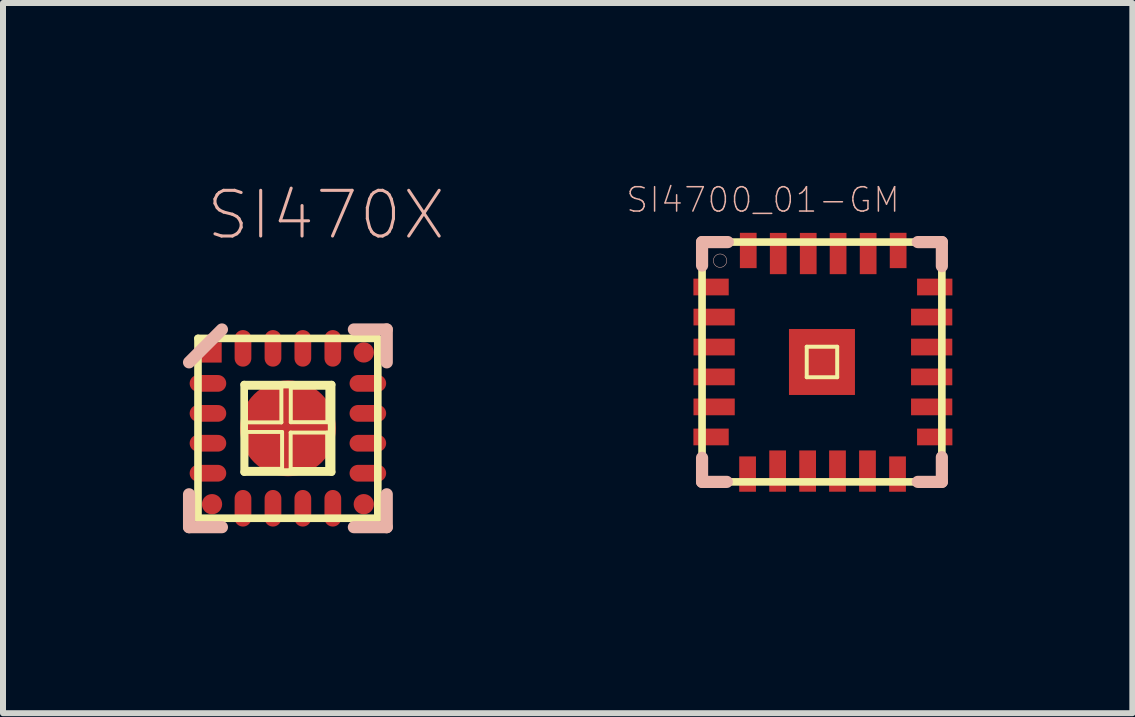
<source format=kicad_pcb>
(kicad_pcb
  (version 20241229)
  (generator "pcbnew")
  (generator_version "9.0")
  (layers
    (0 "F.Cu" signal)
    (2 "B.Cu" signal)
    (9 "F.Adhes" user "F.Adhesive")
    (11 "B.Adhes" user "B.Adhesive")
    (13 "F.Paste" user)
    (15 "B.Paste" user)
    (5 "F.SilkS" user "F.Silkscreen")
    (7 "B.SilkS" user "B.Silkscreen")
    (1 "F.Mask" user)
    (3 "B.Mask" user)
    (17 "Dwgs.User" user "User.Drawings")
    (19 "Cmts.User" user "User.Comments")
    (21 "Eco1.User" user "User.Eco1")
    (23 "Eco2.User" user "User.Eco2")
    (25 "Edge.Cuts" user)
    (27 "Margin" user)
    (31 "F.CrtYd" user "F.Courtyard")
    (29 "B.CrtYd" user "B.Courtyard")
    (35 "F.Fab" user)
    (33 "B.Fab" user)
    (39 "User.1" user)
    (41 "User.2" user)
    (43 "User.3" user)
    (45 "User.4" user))
  (footprint "SI470X"
    (layer "F.Cu")
    (at 1.75 4.091)
    (property "Reference" "SI470X" (at 0.635 -3.556 0) (layer "B.SilkS") (effects (font (size 0.762 0.762) (thickness 0.051))))
    (attr smd)
    (fp_line (start -1.499 -1.499) (end 1.499 -1.499) (stroke (width 0.127) (type solid)) (layer "F.SilkS"))
    (fp_line (start -1.499 1.499) (end -1.499 -1.499) (stroke (width 0.127) (type solid)) (layer "F.SilkS"))
    (fp_line (start -0.729 -0.729) (end 0.729 -0.729) (stroke (width 0.127) (type solid)) (layer "F.SilkS"))
    (fp_line (start -0.729 0.729) (end -0.729 -0.729) (stroke (width 0.127) (type solid)) (layer "F.SilkS"))
    (fp_line (start -0.699 -0.676) (end -0.109 -0.676) (stroke (width 0.066) (type solid)) (layer "F.SilkS"))
    (fp_line (start -0.699 -0.099) (end -0.699 -0.676) (stroke (width 0.066) (type solid)) (layer "F.SilkS"))
    (fp_line (start -0.699 -0.099) (end -0.109 -0.099) (stroke (width 0.066) (type solid)) (layer "F.SilkS"))
    (fp_line (start -0.691 0.061) (end -0.097 0.061) (stroke (width 0.066) (type solid)) (layer "F.SilkS"))
    (fp_line (start -0.691 0.676) (end -0.691 0.061) (stroke (width 0.066) (type solid)) (layer "F.SilkS"))
    (fp_line (start -0.691 0.676) (end -0.097 0.676) (stroke (width 0.066) (type solid)) (layer "F.SilkS"))
    (fp_line (start -0.109 -0.099) (end -0.109 -0.676) (stroke (width 0.066) (type solid)) (layer "F.SilkS"))
    (fp_line (start -0.097 0.676) (end -0.097 0.061) (stroke (width 0.066) (type solid)) (layer "F.SilkS"))
    (fp_line (start 0.046 0.071) (end 0.655 0.071) (stroke (width 0.066) (type solid)) (layer "F.SilkS"))
    (fp_line (start 0.046 0.678) (end 0.046 0.071) (stroke (width 0.066) (type solid)) (layer "F.SilkS"))
    (fp_line (start 0.046 0.678) (end 0.655 0.678) (stroke (width 0.066) (type solid)) (layer "F.SilkS"))
    (fp_line (start 0.048 -0.676) (end 0.658 -0.676) (stroke (width 0.066) (type solid)) (layer "F.SilkS"))
    (fp_line (start 0.048 -0.102) (end 0.048 -0.676) (stroke (width 0.066) (type solid)) (layer "F.SilkS"))
    (fp_line (start 0.048 -0.102) (end 0.658 -0.102) (stroke (width 0.066) (type solid)) (layer "F.SilkS"))
    (fp_line (start 0.655 0.678) (end 0.655 0.071) (stroke (width 0.066) (type solid)) (layer "F.SilkS"))
    (fp_line (start 0.658 -0.102) (end 0.658 -0.676) (stroke (width 0.066) (type solid)) (layer "F.SilkS"))
    (fp_line (start 0.729 -0.729) (end 0.729 0.729) (stroke (width 0.127) (type solid)) (layer "F.SilkS"))
    (fp_line (start 0.729 0.729) (end -0.729 0.729) (stroke (width 0.127) (type solid)) (layer "F.SilkS"))
    (fp_line (start 1.499 -1.499) (end 1.499 1.499) (stroke (width 0.127) (type solid)) (layer "F.SilkS"))
    (fp_line (start 1.499 1.499) (end -1.499 1.499) (stroke (width 0.127) (type solid)) (layer "F.SilkS"))
    (fp_line (start -1.648 1.648) (end -1.648 1.1) (stroke (width 0.203) (type solid)) (layer "B.SilkS"))
    (fp_line (start -1.1 -1.648) (end -1.648 -1.1) (stroke (width 0.203) (type solid)) (layer "B.SilkS"))
    (fp_line (start -1.1 1.648) (end -1.648 1.648) (stroke (width 0.203) (type solid)) (layer "B.SilkS"))
    (fp_line (start 1.1 -1.648) (end 1.648 -1.648) (stroke (width 0.203) (type solid)) (layer "B.SilkS"))
    (fp_line (start 1.648 -1.648) (end 1.648 -1.1) (stroke (width 0.203) (type solid)) (layer "B.SilkS"))
    (fp_line (start 1.648 1.1) (end 1.648 1.648) (stroke (width 0.203) (type solid)) (layer "B.SilkS"))
    (fp_line (start 1.648 1.648) (end 1.1 1.648) (stroke (width 0.203) (type solid)) (layer "B.SilkS"))
    (pad "1" smd rect (at -1.273 -1.265) (size 0.338 0.338) (layers "F.Cu" "F.Mask" "F.Paste"))
    (pad "2" smd oval (at -1.333 -0.749 270) (size 0.279 0.61) (layers "F.Cu" "F.Mask" "F.Paste"))
    (pad "3" smd oval (at -1.333 -0.249 270) (size 0.279 0.61) (layers "F.Cu" "F.Mask" "F.Paste"))
    (pad "4" smd oval (at -1.333 0.249 270) (size 0.279 0.61) (layers "F.Cu" "F.Mask" "F.Paste"))
    (pad "5" smd oval (at -1.333 0.749 270) (size 0.279 0.61) (layers "F.Cu" "F.Mask" "F.Paste"))
    (pad "6" smd oval (at -1.265 1.265) (size 0.338 0.338) (layers "F.Cu" "F.Mask" "F.Paste"))
    (pad "7" smd oval (at -0.749 1.333 180) (size 0.279 0.61) (layers "F.Cu" "F.Mask" "F.Paste"))
    (pad "8" smd oval (at -0.249 1.333 180) (size 0.279 0.61) (layers "F.Cu" "F.Mask" "F.Paste"))
    (pad "9" smd oval (at 0.249 1.333 180) (size 0.279 0.61) (layers "F.Cu" "F.Mask" "F.Paste"))
    (pad "10" smd oval (at 0.749 1.333 180) (size 0.279 0.61) (layers "F.Cu" "F.Mask" "F.Paste"))
    (pad "11" smd oval (at 1.265 1.265) (size 0.338 0.338) (layers "F.Cu" "F.Mask" "F.Paste"))
    (pad "12" smd oval (at 1.333 0.749 90) (size 0.279 0.61) (layers "F.Cu" "F.Mask" "F.Paste"))
    (pad "13" smd oval (at 1.333 0.249 90) (size 0.279 0.61) (layers "F.Cu" "F.Mask" "F.Paste"))
    (pad "14" smd oval (at 1.333 -0.249 90) (size 0.279 0.61) (layers "F.Cu" "F.Mask" "F.Paste"))
    (pad "15" smd oval (at 1.333 -0.749 90) (size 0.279 0.61) (layers "F.Cu" "F.Mask" "F.Paste"))
    (pad "16" smd oval (at 1.265 -1.265) (size 0.338 0.338) (layers "F.Cu" "F.Mask" "F.Paste"))
    (pad "17" smd oval (at 0.749 -1.333) (size 0.279 0.61) (layers "F.Cu" "F.Mask" "F.Paste"))
    (pad "18" smd oval (at 0.249 -1.333) (size 0.279 0.61) (layers "F.Cu" "F.Mask" "F.Paste"))
    (pad "19" smd oval (at -0.249 -1.333) (size 0.279 0.61) (layers "F.Cu" "F.Mask" "F.Paste"))
    (pad "20" smd oval (at -0.749 -1.333) (size 0.279 0.61) (layers "F.Cu" "F.Mask" "F.Paste"))
    (pad "21" smd oval (at 0 0) (size 1.598 1.598) (layers "F.Cu" "F.Mask" "F.Paste")))
  (footprint "SI4700_01-GM"
    (layer "F.Cu")
    (at 10.654 2.985)
    (property "Reference" "SI4700_01-GM" (at -0.983 -2.703 0) (layer "B.SilkS") (effects (font (size 0.406 0.406) (thickness 0.025))))
    (attr smd)
    (fp_line (start -1.999 -1.999) (end -1.999 1.999) (stroke (width 0.127) (type solid)) (layer "F.SilkS"))
    (fp_line (start -1.999 1.999) (end 1.999 1.999) (stroke (width 0.127) (type solid)) (layer "F.SilkS"))
    (fp_line (start -0.254 -0.254) (end 0.254 -0.254) (stroke (width 0.066) (type solid)) (layer "F.SilkS"))
    (fp_line (start -0.254 0.254) (end -0.254 -0.254) (stroke (width 0.066) (type solid)) (layer "F.SilkS"))
    (fp_line (start -0.254 0.254) (end 0.254 0.254) (stroke (width 0.066) (type solid)) (layer "F.SilkS"))
    (fp_line (start 0.254 0.254) (end 0.254 -0.254) (stroke (width 0.066) (type solid)) (layer "F.SilkS"))
    (fp_line (start 1.999 -1.999) (end -1.999 -1.999) (stroke (width 0.127) (type solid)) (layer "F.SilkS"))
    (fp_line (start 1.999 1.999) (end 1.999 -1.999) (stroke (width 0.127) (type solid)) (layer "F.SilkS"))
    (fp_line (start -1.999 -1.999) (end -1.999 -1.608) (stroke (width 0.203) (type solid)) (layer "B.SilkS"))
    (fp_line (start -1.999 1.999) (end -1.999 1.598) (stroke (width 0.203) (type solid)) (layer "B.SilkS"))
    (fp_line (start -1.587 1.999) (end -1.999 1.999) (stroke (width 0.203) (type solid)) (layer "B.SilkS"))
    (fp_line (start -1.57 -1.999) (end -1.999 -1.999) (stroke (width 0.203) (type solid)) (layer "B.SilkS"))
    (fp_line (start 1.598 -1.999) (end 1.999 -1.999) (stroke (width 0.203) (type solid)) (layer "B.SilkS"))
    (fp_line (start 1.999 -1.999) (end 1.999 -1.598) (stroke (width 0.203) (type solid)) (layer "B.SilkS"))
    (fp_line (start 1.999 1.587) (end 1.999 1.999) (stroke (width 0.203) (type solid)) (layer "B.SilkS"))
    (fp_line (start 1.999 1.999) (end 1.598 1.999) (stroke (width 0.203) (type solid)) (layer "B.SilkS"))
    (fp_circle (center -1.699 -1.689) (end -1.778 -1.768) (stroke (width 0.008) (type solid)) (fill no) (layer "B.SilkS"))
    (pad "0" smd rect (at 0 0) (size 1.1 1.1) (layers "F.Cu" "F.Mask" "F.Paste"))
    (pad "1" smd rect (at -1.849 -1.25) (size 0.589 0.279) (layers "F.Cu" "F.Mask" "F.Paste"))
    (pad "2" smd rect (at -1.798 -0.749) (size 0.688 0.279) (layers "F.Cu" "F.Mask" "F.Paste"))
    (pad "3" smd rect (at -1.798 -0.249) (size 0.688 0.279) (layers "F.Cu" "F.Mask" "F.Paste"))
    (pad "4" smd rect (at -1.798 0.249) (size 0.688 0.279) (layers "F.Cu" "F.Mask" "F.Paste"))
    (pad "5" smd rect (at -1.798 0.749) (size 0.688 0.279) (layers "F.Cu" "F.Mask" "F.Paste"))
    (pad "6" smd rect (at -1.849 1.25) (size 0.589 0.279) (layers "F.Cu" "F.Mask" "F.Paste"))
    (pad "7" smd rect (at -1.24 1.869 270) (size 0.589 0.279) (layers "F.Cu" "F.Mask" "F.Paste"))
    (pad "8" smd rect (at -0.739 1.819 270) (size 0.688 0.279) (layers "F.Cu" "F.Mask" "F.Paste"))
    (pad "9" smd rect (at -0.239 1.819 270) (size 0.688 0.279) (layers "F.Cu" "F.Mask" "F.Paste"))
    (pad "10" smd rect (at 0.259 1.819 270) (size 0.688 0.279) (layers "F.Cu" "F.Mask" "F.Paste"))
    (pad "11" smd rect (at 0.759 1.819 270) (size 0.688 0.279) (layers "F.Cu" "F.Mask" "F.Paste"))
    (pad "12" smd rect (at 1.26 1.869 270) (size 0.589 0.279) (layers "F.Cu" "F.Mask" "F.Paste"))
    (pad "13" smd rect (at 1.88 1.25 180) (size 0.589 0.279) (layers "F.Cu" "F.Mask" "F.Paste"))
    (pad "14" smd rect (at 1.829 0.749 180) (size 0.688 0.279) (layers "F.Cu" "F.Mask" "F.Paste"))
    (pad "15" smd rect (at 1.829 0.249 180) (size 0.688 0.279) (layers "F.Cu" "F.Mask" "F.Paste"))
    (pad "16" smd rect (at 1.829 -0.249 180) (size 0.688 0.279) (layers "F.Cu" "F.Mask" "F.Paste"))
    (pad "17" smd rect (at 1.829 -0.749 180) (size 0.688 0.279) (layers "F.Cu" "F.Mask" "F.Paste"))
    (pad "18" smd rect (at 1.88 -1.25 180) (size 0.589 0.279) (layers "F.Cu" "F.Mask" "F.Paste"))
    (pad "19" smd rect (at 1.27 -1.859 90) (size 0.589 0.279) (layers "F.Cu" "F.Mask" "F.Paste"))
    (pad "20" smd rect (at 0.77 -1.808 90) (size 0.688 0.279) (layers "F.Cu" "F.Mask" "F.Paste"))
    (pad "21" smd rect (at 0.269 -1.808 90) (size 0.688 0.279) (layers "F.Cu" "F.Mask" "F.Paste"))
    (pad "22" smd rect (at -0.229 -1.808 90) (size 0.688 0.279) (layers "F.Cu" "F.Mask" "F.Paste"))
    (pad "23" smd rect (at -0.729 -1.808 90) (size 0.688 0.279) (layers "F.Cu" "F.Mask" "F.Paste"))
    (pad "24" smd rect (at -1.229 -1.859 90) (size 0.589 0.279) (layers "F.Cu" "F.Mask" "F.Paste")))
  (gr_rect
    (start -3 -3)
    (end 15.829 8.841)
    (stroke (width 0.1) (type default))
    (fill no)
    (layer "Edge.Cuts")))
</source>
